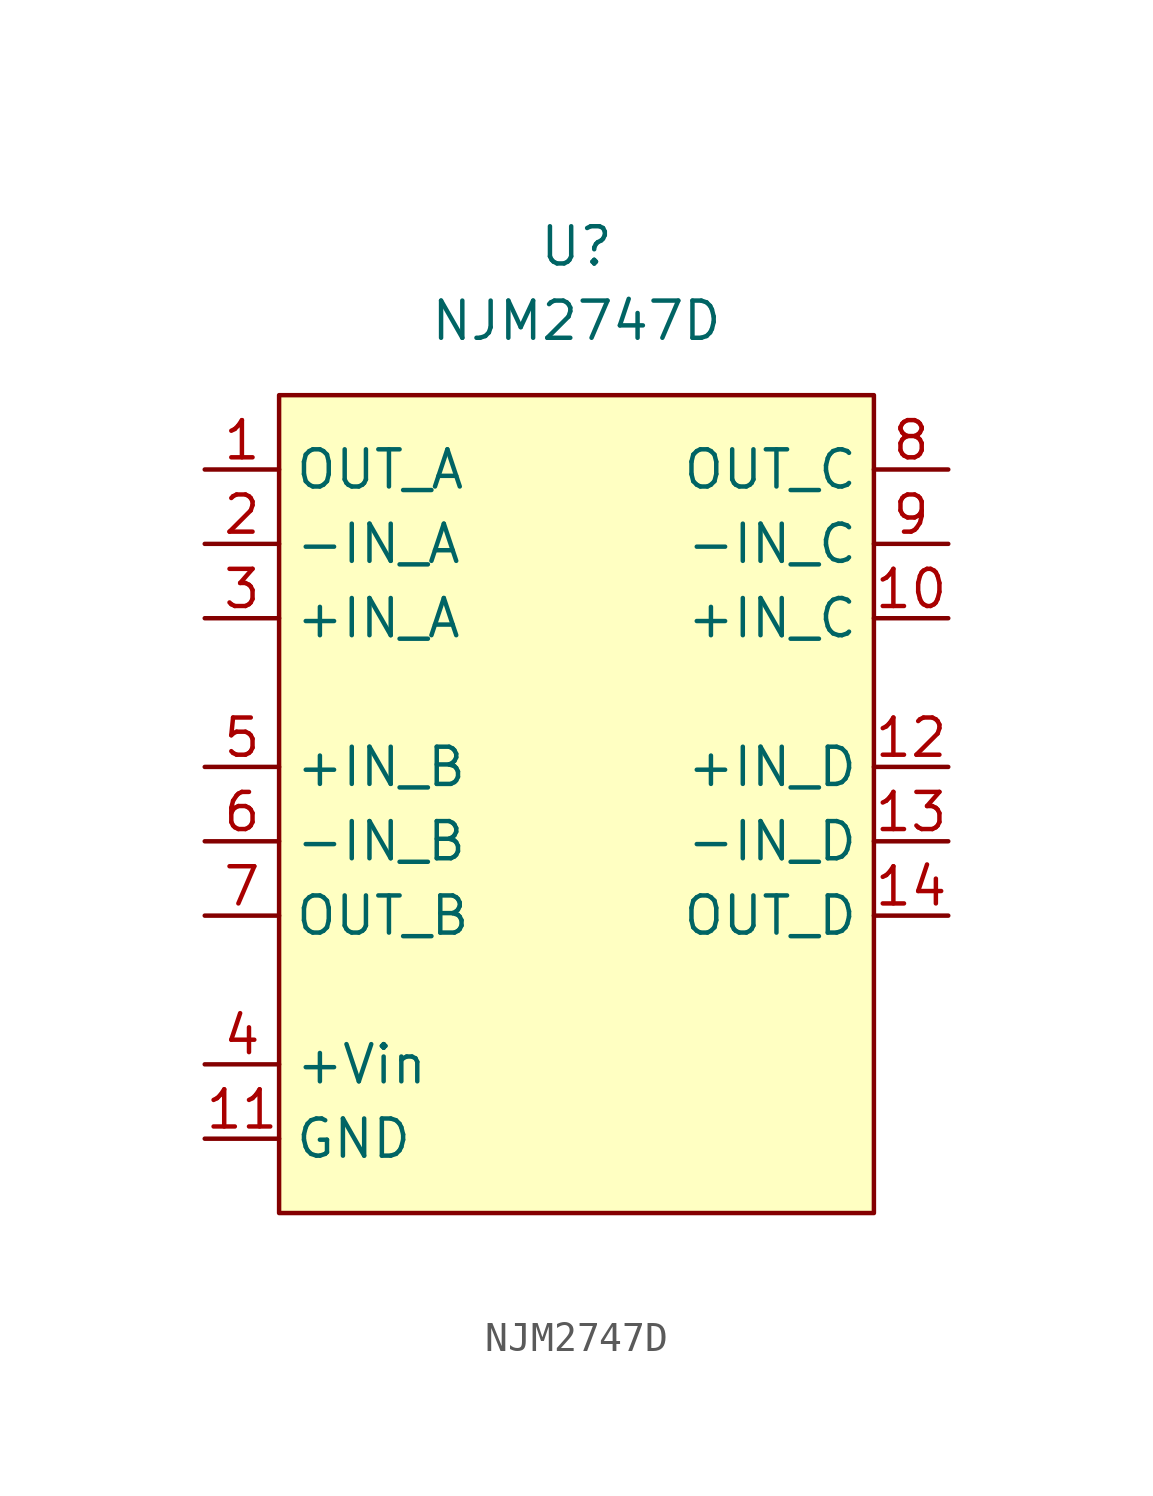
<source format=kicad_sym>
(kicad_symbol_lib
  (version 20231120)
  (generator "kicad_symbol_editor")
  (generator_version "8.0")
  (symbol "NJM2747D"
    (property "Reference" "U"
      (at 0 7.62 0)
      (effects (font (size 1.27 1.27))))
    (property "Value" "NJM2747D"
      (at 0 5.08 0)
      (effects (font (size 1.27 1.27))))
    (symbol "NJM2747D_0_0"
      (pin passive line (at -12.7 0 0) (length 2.54) (name "OUT_A" (effects (font (size 1.27 1.27)))) (number "1" (effects (font (size 1.27 1.27)))))
      (pin passive line (at 12.7 -5.08 180) (length 2.54) (name "+IN_C" (effects (font (size 1.27 1.27)))) (number "10" (effects (font (size 1.27 1.27)))))
      (pin passive line (at -12.7 -22.86 0) (length 2.54) (name "GND" (effects (font (size 1.27 1.27)))) (number "11" (effects (font (size 1.27 1.27)))))
      (pin passive line (at 12.7 -10.16 180) (length 2.54) (name "+IN_D" (effects (font (size 1.27 1.27)))) (number "12" (effects (font (size 1.27 1.27)))))
      (pin passive line (at 12.7 -12.7 180) (length 2.54) (name "-IN_D" (effects (font (size 1.27 1.27)))) (number "13" (effects (font (size 1.27 1.27)))))
      (pin passive line (at 12.7 -15.24 180) (length 2.54) (name "OUT_D" (effects (font (size 1.27 1.27)))) (number "14" (effects (font (size 1.27 1.27)))))
      (pin passive line (at -12.7 -2.54 0) (length 2.54) (name "-IN_A" (effects (font (size 1.27 1.27)))) (number "2" (effects (font (size 1.27 1.27)))))
      (pin passive line (at -12.7 -5.08 0) (length 2.54) (name "+IN_A" (effects (font (size 1.27 1.27)))) (number "3" (effects (font (size 1.27 1.27)))))
      (pin passive line (at -12.7 -20.32 0) (length 2.54) (name "+Vin" (effects (font (size 1.27 1.27)))) (number "4" (effects (font (size 1.27 1.27)))))
      (pin passive line (at -12.7 -10.16 0) (length 2.54) (name "+IN_B" (effects (font (size 1.27 1.27)))) (number "5" (effects (font (size 1.27 1.27)))))
      (pin passive line (at -12.7 -12.7 0) (length 2.54) (name "-IN_B" (effects (font (size 1.27 1.27)))) (number "6" (effects (font (size 1.27 1.27)))))
      (pin passive line (at -12.7 -15.24 0) (length 2.54) (name "OUT_B" (effects (font (size 1.27 1.27)))) (number "7" (effects (font (size 1.27 1.27)))))
      (pin passive line (at 12.7 0 180) (length 2.54) (name "OUT_C" (effects (font (size 1.27 1.27)))) (number "8" (effects (font (size 1.27 1.27)))))
      (pin passive line (at 12.7 -2.54 180) (length 2.54) (name "-IN_C" (effects (font (size 1.27 1.27)))) (number "9" (effects (font (size 1.27 1.27))))))
    (symbol "NJM2747D_1_1"
      (rectangle (start -10.16 2.54) (end 10.16 -25.4) (stroke (width 0) (type default)) (fill (type background))))))
</source>
